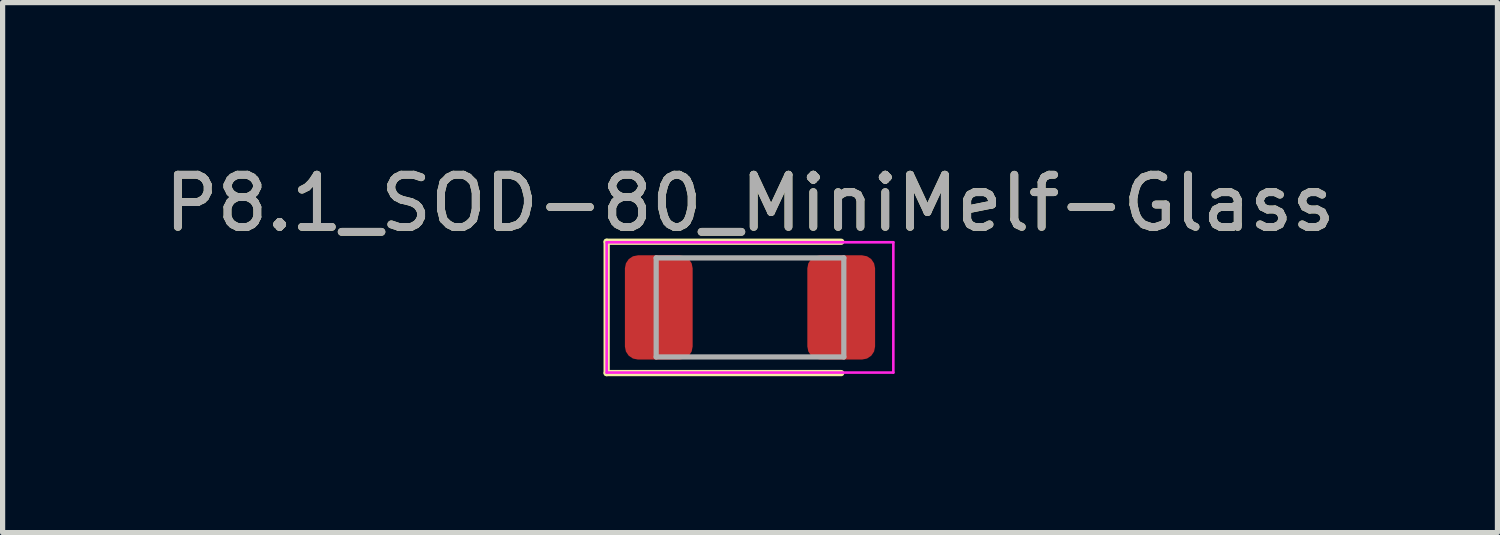
<source format=kicad_pcb>
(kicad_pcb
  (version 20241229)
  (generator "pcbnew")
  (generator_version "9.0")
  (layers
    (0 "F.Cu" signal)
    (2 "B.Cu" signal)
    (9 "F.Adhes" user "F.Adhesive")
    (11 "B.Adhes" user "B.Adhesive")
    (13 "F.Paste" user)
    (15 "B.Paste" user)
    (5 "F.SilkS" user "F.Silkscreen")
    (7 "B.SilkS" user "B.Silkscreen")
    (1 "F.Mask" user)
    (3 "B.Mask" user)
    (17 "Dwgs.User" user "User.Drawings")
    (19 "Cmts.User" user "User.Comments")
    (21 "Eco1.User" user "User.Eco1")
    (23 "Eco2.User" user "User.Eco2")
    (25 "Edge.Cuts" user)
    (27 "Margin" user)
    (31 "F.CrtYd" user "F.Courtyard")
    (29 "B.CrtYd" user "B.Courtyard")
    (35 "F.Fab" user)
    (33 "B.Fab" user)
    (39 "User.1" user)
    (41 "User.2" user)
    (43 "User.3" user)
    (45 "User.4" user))
  (footprint "P8.1_SOD-80_MiniMelf-Glass"
    (layer "F.Cu")
    (at 9.589 2.848)
    (property "Reference" "P8.1_SOD-80_MiniMelf-Glass" (at 1.75 -2 0) (unlocked yes) (layer "F.SilkS") (effects (font (size 1 1) (thickness 0.15))))
    (attr smd)
    (fp_line (start -1 -1.26) (end -1 1.26) (stroke (width 0.12) (type solid)) (layer "F.SilkS"))
    (fp_line (start -1 1.26) (end 3.5 1.26) (stroke (width 0.12) (type solid)) (layer "F.SilkS"))
    (fp_line (start 3.5 -1.26) (end -1 -1.26) (stroke (width 0.12) (type solid)) (layer "F.SilkS"))
    (fp_line (start -1 -1.25) (end 4.5 -1.25) (stroke (width 0.05) (type solid)) (layer "F.CrtYd"))
    (fp_line (start -1 1.25) (end -1 -1.25) (stroke (width 0.05) (type solid)) (layer "F.CrtYd"))
    (fp_line (start 4.5 -1.25) (end 4.5 1.25) (stroke (width 0.05) (type solid)) (layer "F.CrtYd"))
    (fp_line (start 4.5 1.25) (end -1 1.25) (stroke (width 0.05) (type solid)) (layer "F.CrtYd"))
    (fp_line (start -0.05 -0.95) (end 3.55 -0.95) (stroke (width 0.1) (type solid)) (layer "F.Fab"))
    (fp_line (start -0.05 0.95) (end -0.05 -0.95) (stroke (width 0.1) (type solid)) (layer "F.Fab"))
    (fp_line (start 3.55 -0.95) (end 3.55 0.95) (stroke (width 0.1) (type solid)) (layer "F.Fab"))
    (fp_line (start 3.55 0.95) (end -0.05 0.95) (stroke (width 0.1) (type solid)) (layer "F.Fab"))
    (fp_text user "${REFERENCE}" (at 1.75 -2 0) (layer "F.Fab") (effects (font (size 1 1) (thickness 0.15))))
    (pad "1" smd roundrect (at 0 0) (size 1.3 2) (layers "F.Cu" "F.Mask" "F.Paste") (roundrect_rratio 0.192))
    (pad "2" smd roundrect (at 3.5 0) (size 1.3 2) (layers "F.Cu" "F.Mask" "F.Paste") (roundrect_rratio 0.192)))
  (gr_rect
    (start -3 -3)
    (end 25.679 7.168)
    (stroke (width 0.1) (type default))
    (fill no)
    (layer "Edge.Cuts")))
</source>
